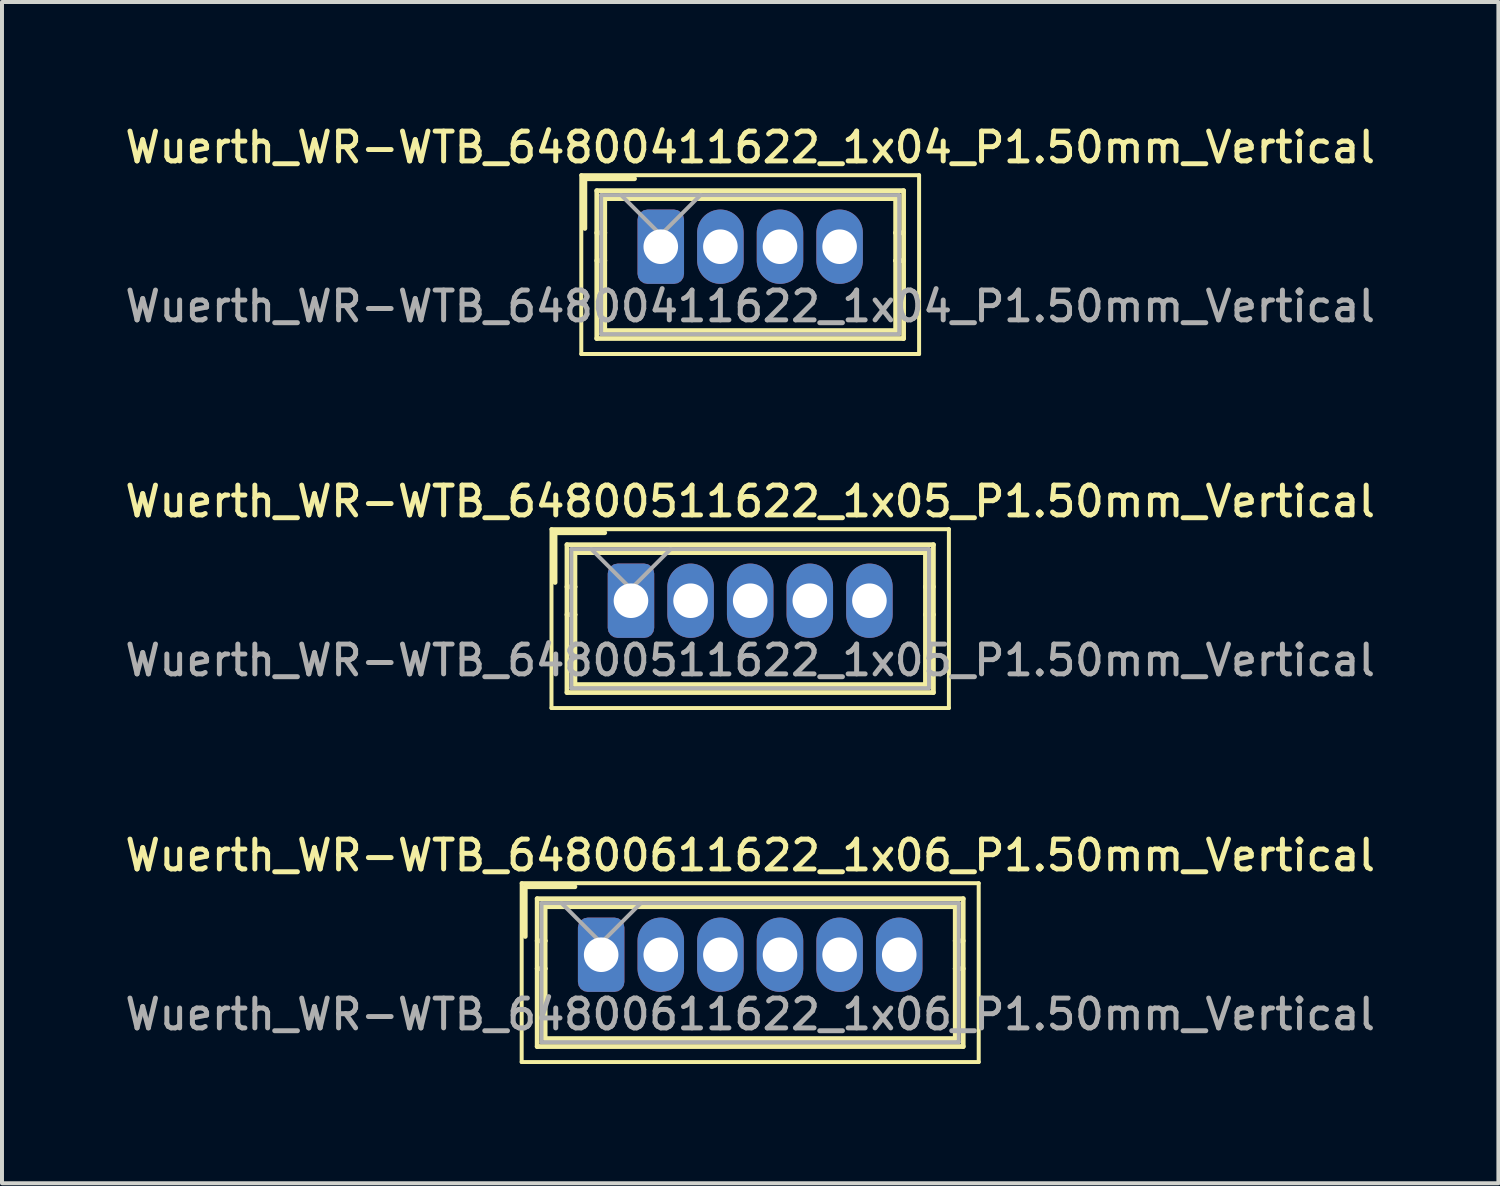
<source format=kicad_pcb>
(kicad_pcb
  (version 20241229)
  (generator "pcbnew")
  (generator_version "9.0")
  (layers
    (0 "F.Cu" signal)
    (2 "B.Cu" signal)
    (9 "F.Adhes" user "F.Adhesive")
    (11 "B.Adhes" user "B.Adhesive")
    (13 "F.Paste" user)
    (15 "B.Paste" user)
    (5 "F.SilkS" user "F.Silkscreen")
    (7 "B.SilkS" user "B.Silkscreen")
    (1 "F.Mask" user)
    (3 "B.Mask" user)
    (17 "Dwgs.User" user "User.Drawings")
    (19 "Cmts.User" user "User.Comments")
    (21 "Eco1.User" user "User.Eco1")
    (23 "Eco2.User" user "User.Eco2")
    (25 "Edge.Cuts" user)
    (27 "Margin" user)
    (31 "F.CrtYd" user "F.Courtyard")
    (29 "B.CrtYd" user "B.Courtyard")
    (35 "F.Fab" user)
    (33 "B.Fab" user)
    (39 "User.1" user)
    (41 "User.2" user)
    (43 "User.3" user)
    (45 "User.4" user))
  (footprint "Wuerth_WR-WTB_64800511622_1x05_P1.50mm_Vertical"
    (layer "F.Cu")
    (at 12.827 12.066)
    (property "Reference" "Wuerth_WR-WTB_64800511622_1x05_P1.50mm_Vertical" (at 3 -2.5 0) (layer "F.SilkS") (effects (font (size 0.75 0.75) (thickness 0.125))))
    (attr through_hole)
    (fp_line (start -2 -1.8) (end -2 2.7) (stroke (width 0.1) (type solid)) (layer "F.SilkS"))
    (fp_line (start -2 2.7) (end 8 2.7) (stroke (width 0.1) (type solid)) (layer "F.SilkS"))
    (fp_line (start -1.91 -1.71) (end -1.91 -0.46) (stroke (width 0.12) (type solid)) (layer "F.SilkS"))
    (fp_line (start -1.61 -1.41) (end -1.61 2.31) (stroke (width 0.12) (type solid)) (layer "F.SilkS"))
    (fp_line (start -1.61 -0.35) (end -1.41 -0.35) (stroke (width 0.12) (type solid)) (layer "F.SilkS"))
    (fp_line (start -1.61 2.31) (end 7.61 2.31) (stroke (width 0.12) (type solid)) (layer "F.SilkS"))
    (fp_line (start -1.41 -1.21) (end 7.41 -1.21) (stroke (width 0.12) (type solid)) (layer "F.SilkS"))
    (fp_line (start -1.41 -0.35) (end -1.41 -1.21) (stroke (width 0.12) (type solid)) (layer "F.SilkS"))
    (fp_line (start -1.41 -0.35) (end -1.41 0.35) (stroke (width 0.12) (type solid)) (layer "F.SilkS"))
    (fp_line (start -1.41 0.35) (end -1.61 0.35) (stroke (width 0.12) (type solid)) (layer "F.SilkS"))
    (fp_line (start -1.41 0.35) (end -1.41 2.11) (stroke (width 0.12) (type solid)) (layer "F.SilkS"))
    (fp_line (start -1.41 2.11) (end 7.41 2.11) (stroke (width 0.12) (type solid)) (layer "F.SilkS"))
    (fp_line (start -0.66 -1.71) (end -1.91 -1.71) (stroke (width 0.12) (type solid)) (layer "F.SilkS"))
    (fp_line (start 7.41 -1.21) (end 7.41 -0.35) (stroke (width 0.12) (type solid)) (layer "F.SilkS"))
    (fp_line (start 7.41 -0.35) (end 7.41 0.35) (stroke (width 0.12) (type solid)) (layer "F.SilkS"))
    (fp_line (start 7.41 -0.35) (end 7.61 -0.35) (stroke (width 0.12) (type solid)) (layer "F.SilkS"))
    (fp_line (start 7.41 0.35) (end 7.61 0.35) (stroke (width 0.12) (type solid)) (layer "F.SilkS"))
    (fp_line (start 7.41 2.11) (end 7.41 0.35) (stroke (width 0.12) (type solid)) (layer "F.SilkS"))
    (fp_line (start 7.61 -1.41) (end -1.61 -1.41) (stroke (width 0.12) (type solid)) (layer "F.SilkS"))
    (fp_line (start 7.61 2.31) (end 7.61 -1.41) (stroke (width 0.12) (type solid)) (layer "F.SilkS"))
    (fp_line (start 8 -1.8) (end -2 -1.8) (stroke (width 0.1) (type solid)) (layer "F.SilkS"))
    (fp_line (start 8 2.7) (end 8 -1.8) (stroke (width 0.1) (type solid)) (layer "F.SilkS"))
    (fp_line (start -1.5 -1.3) (end -1.5 2.2) (stroke (width 0.1) (type solid)) (layer "F.Fab"))
    (fp_line (start -1.5 2.2) (end 7.5 2.2) (stroke (width 0.1) (type solid)) (layer "F.Fab"))
    (fp_line (start -1 -1.3) (end 0 -0.3) (stroke (width 0.1) (type solid)) (layer "F.Fab"))
    (fp_line (start 0 -0.3) (end 1 -1.3) (stroke (width 0.1) (type solid)) (layer "F.Fab"))
    (fp_line (start 7.5 -1.3) (end -1.5 -1.3) (stroke (width 0.1) (type solid)) (layer "F.Fab"))
    (fp_line (start 7.5 2.2) (end 7.5 -1.3) (stroke (width 0.1) (type solid)) (layer "F.Fab"))
    (fp_text user "${REFERENCE}" (at 3 1.5 0) (layer "F.Fab") (effects (font (size 0.75 0.75) (thickness 0.125))))
    (pad "1" thru_hole roundrect (at 0 0) (size 1.17 1.87) (drill 0.87) (layers "*.Cu" "*.Mask") (roundrect_rratio 0.214))
    (pad "2" thru_hole oval (at 1.5 0) (size 1.17 1.87) (drill 0.87) (layers "*.Cu" "*.Mask"))
    (pad "3" thru_hole oval (at 3 0) (size 1.17 1.87) (drill 0.87) (layers "*.Cu" "*.Mask"))
    (pad "4" thru_hole oval (at 4.5 0) (size 1.17 1.87) (drill 0.87) (layers "*.Cu" "*.Mask"))
    (pad "5" thru_hole oval (at 6 0) (size 1.17 1.87) (drill 0.87) (layers "*.Cu" "*.Mask")))
  (footprint "Wuerth_WR-WTB_64800411622_1x04_P1.50mm_Vertical"
    (layer "F.Cu")
    (at 13.577 3.158)
    (property "Reference" "Wuerth_WR-WTB_64800411622_1x04_P1.50mm_Vertical" (at 2.25 -2.5 0) (layer "F.SilkS") (effects (font (size 0.75 0.75) (thickness 0.125))))
    (attr through_hole)
    (fp_line (start -2 -1.8) (end -2 2.7) (stroke (width 0.1) (type solid)) (layer "F.SilkS"))
    (fp_line (start -2 2.7) (end 6.5 2.7) (stroke (width 0.1) (type solid)) (layer "F.SilkS"))
    (fp_line (start -1.91 -1.71) (end -1.91 -0.46) (stroke (width 0.12) (type solid)) (layer "F.SilkS"))
    (fp_line (start -1.61 -1.41) (end -1.61 2.31) (stroke (width 0.12) (type solid)) (layer "F.SilkS"))
    (fp_line (start -1.61 -0.35) (end -1.41 -0.35) (stroke (width 0.12) (type solid)) (layer "F.SilkS"))
    (fp_line (start -1.61 2.31) (end 6.11 2.31) (stroke (width 0.12) (type solid)) (layer "F.SilkS"))
    (fp_line (start -1.41 -1.21) (end 5.91 -1.21) (stroke (width 0.12) (type solid)) (layer "F.SilkS"))
    (fp_line (start -1.41 -0.35) (end -1.41 -1.21) (stroke (width 0.12) (type solid)) (layer "F.SilkS"))
    (fp_line (start -1.41 -0.35) (end -1.41 0.35) (stroke (width 0.12) (type solid)) (layer "F.SilkS"))
    (fp_line (start -1.41 0.35) (end -1.61 0.35) (stroke (width 0.12) (type solid)) (layer "F.SilkS"))
    (fp_line (start -1.41 0.35) (end -1.41 2.11) (stroke (width 0.12) (type solid)) (layer "F.SilkS"))
    (fp_line (start -1.41 2.11) (end 5.91 2.11) (stroke (width 0.12) (type solid)) (layer "F.SilkS"))
    (fp_line (start -0.66 -1.71) (end -1.91 -1.71) (stroke (width 0.12) (type solid)) (layer "F.SilkS"))
    (fp_line (start 5.91 -1.21) (end 5.91 -0.35) (stroke (width 0.12) (type solid)) (layer "F.SilkS"))
    (fp_line (start 5.91 -0.35) (end 5.91 0.35) (stroke (width 0.12) (type solid)) (layer "F.SilkS"))
    (fp_line (start 5.91 -0.35) (end 6.11 -0.35) (stroke (width 0.12) (type solid)) (layer "F.SilkS"))
    (fp_line (start 5.91 0.35) (end 6.11 0.35) (stroke (width 0.12) (type solid)) (layer "F.SilkS"))
    (fp_line (start 5.91 2.11) (end 5.91 0.35) (stroke (width 0.12) (type solid)) (layer "F.SilkS"))
    (fp_line (start 6.11 -1.41) (end -1.61 -1.41) (stroke (width 0.12) (type solid)) (layer "F.SilkS"))
    (fp_line (start 6.11 2.31) (end 6.11 -1.41) (stroke (width 0.12) (type solid)) (layer "F.SilkS"))
    (fp_line (start 6.5 -1.8) (end -2 -1.8) (stroke (width 0.1) (type solid)) (layer "F.SilkS"))
    (fp_line (start 6.5 2.7) (end 6.5 -1.8) (stroke (width 0.1) (type solid)) (layer "F.SilkS"))
    (fp_line (start -1.5 -1.3) (end -1.5 2.2) (stroke (width 0.1) (type solid)) (layer "F.Fab"))
    (fp_line (start -1.5 2.2) (end 6 2.2) (stroke (width 0.1) (type solid)) (layer "F.Fab"))
    (fp_line (start -1 -1.3) (end 0 -0.3) (stroke (width 0.1) (type solid)) (layer "F.Fab"))
    (fp_line (start 0 -0.3) (end 1 -1.3) (stroke (width 0.1) (type solid)) (layer "F.Fab"))
    (fp_line (start 6 -1.3) (end -1.5 -1.3) (stroke (width 0.1) (type solid)) (layer "F.Fab"))
    (fp_line (start 6 2.2) (end 6 -1.3) (stroke (width 0.1) (type solid)) (layer "F.Fab"))
    (fp_text user "${REFERENCE}" (at 2.25 1.5 0) (layer "F.Fab") (effects (font (size 0.75 0.75) (thickness 0.125))))
    (pad "1" thru_hole roundrect (at 0 0) (size 1.17 1.87) (drill 0.87) (layers "*.Cu" "*.Mask") (roundrect_rratio 0.214))
    (pad "2" thru_hole oval (at 1.5 0) (size 1.17 1.87) (drill 0.87) (layers "*.Cu" "*.Mask"))
    (pad "3" thru_hole oval (at 3 0) (size 1.17 1.87) (drill 0.87) (layers "*.Cu" "*.Mask"))
    (pad "4" thru_hole oval (at 4.5 0) (size 1.17 1.87) (drill 0.87) (layers "*.Cu" "*.Mask")))
  (footprint "Wuerth_WR-WTB_64800611622_1x06_P1.50mm_Vertical"
    (layer "F.Cu")
    (at 12.077 20.974)
    (property "Reference" "Wuerth_WR-WTB_64800611622_1x06_P1.50mm_Vertical" (at 3.75 -2.5 0) (layer "F.SilkS") (effects (font (size 0.75 0.75) (thickness 0.125))))
    (attr through_hole)
    (fp_line (start -2 -1.8) (end -2 2.7) (stroke (width 0.1) (type solid)) (layer "F.SilkS"))
    (fp_line (start -2 2.7) (end 9.5 2.7) (stroke (width 0.1) (type solid)) (layer "F.SilkS"))
    (fp_line (start -1.91 -1.71) (end -1.91 -0.46) (stroke (width 0.12) (type solid)) (layer "F.SilkS"))
    (fp_line (start -1.61 -1.41) (end -1.61 2.31) (stroke (width 0.12) (type solid)) (layer "F.SilkS"))
    (fp_line (start -1.61 -0.35) (end -1.41 -0.35) (stroke (width 0.12) (type solid)) (layer "F.SilkS"))
    (fp_line (start -1.61 2.31) (end 9.11 2.31) (stroke (width 0.12) (type solid)) (layer "F.SilkS"))
    (fp_line (start -1.41 -1.21) (end 8.91 -1.21) (stroke (width 0.12) (type solid)) (layer "F.SilkS"))
    (fp_line (start -1.41 -0.35) (end -1.41 -1.21) (stroke (width 0.12) (type solid)) (layer "F.SilkS"))
    (fp_line (start -1.41 -0.35) (end -1.41 0.35) (stroke (width 0.12) (type solid)) (layer "F.SilkS"))
    (fp_line (start -1.41 0.35) (end -1.61 0.35) (stroke (width 0.12) (type solid)) (layer "F.SilkS"))
    (fp_line (start -1.41 0.35) (end -1.41 2.11) (stroke (width 0.12) (type solid)) (layer "F.SilkS"))
    (fp_line (start -1.41 2.11) (end 8.91 2.11) (stroke (width 0.12) (type solid)) (layer "F.SilkS"))
    (fp_line (start -0.66 -1.71) (end -1.91 -1.71) (stroke (width 0.12) (type solid)) (layer "F.SilkS"))
    (fp_line (start 8.91 -1.21) (end 8.91 -0.35) (stroke (width 0.12) (type solid)) (layer "F.SilkS"))
    (fp_line (start 8.91 -0.35) (end 8.91 0.35) (stroke (width 0.12) (type solid)) (layer "F.SilkS"))
    (fp_line (start 8.91 -0.35) (end 9.11 -0.35) (stroke (width 0.12) (type solid)) (layer "F.SilkS"))
    (fp_line (start 8.91 0.35) (end 9.11 0.35) (stroke (width 0.12) (type solid)) (layer "F.SilkS"))
    (fp_line (start 8.91 2.11) (end 8.91 0.35) (stroke (width 0.12) (type solid)) (layer "F.SilkS"))
    (fp_line (start 9.11 -1.41) (end -1.61 -1.41) (stroke (width 0.12) (type solid)) (layer "F.SilkS"))
    (fp_line (start 9.11 2.31) (end 9.11 -1.41) (stroke (width 0.12) (type solid)) (layer "F.SilkS"))
    (fp_line (start 9.5 -1.8) (end -2 -1.8) (stroke (width 0.1) (type solid)) (layer "F.SilkS"))
    (fp_line (start 9.5 2.7) (end 9.5 -1.8) (stroke (width 0.1) (type solid)) (layer "F.SilkS"))
    (fp_line (start -1.5 -1.3) (end -1.5 2.2) (stroke (width 0.1) (type solid)) (layer "F.Fab"))
    (fp_line (start -1.5 2.2) (end 9 2.2) (stroke (width 0.1) (type solid)) (layer "F.Fab"))
    (fp_line (start -1 -1.3) (end 0 -0.3) (stroke (width 0.1) (type solid)) (layer "F.Fab"))
    (fp_line (start 0 -0.3) (end 1 -1.3) (stroke (width 0.1) (type solid)) (layer "F.Fab"))
    (fp_line (start 9 -1.3) (end -1.5 -1.3) (stroke (width 0.1) (type solid)) (layer "F.Fab"))
    (fp_line (start 9 2.2) (end 9 -1.3) (stroke (width 0.1) (type solid)) (layer "F.Fab"))
    (fp_text user "${REFERENCE}" (at 3.75 1.5 0) (layer "F.Fab") (effects (font (size 0.75 0.75) (thickness 0.125))))
    (pad "1" thru_hole roundrect (at 0 0) (size 1.17 1.87) (drill 0.87) (layers "*.Cu" "*.Mask") (roundrect_rratio 0.214))
    (pad "2" thru_hole oval (at 1.5 0) (size 1.17 1.87) (drill 0.87) (layers "*.Cu" "*.Mask"))
    (pad "3" thru_hole oval (at 3 0) (size 1.17 1.87) (drill 0.87) (layers "*.Cu" "*.Mask"))
    (pad "4" thru_hole oval (at 4.5 0) (size 1.17 1.87) (drill 0.87) (layers "*.Cu" "*.Mask"))
    (pad "5" thru_hole oval (at 6 0) (size 1.17 1.87) (drill 0.87) (layers "*.Cu" "*.Mask"))
    (pad "6" thru_hole oval (at 7.5 0) (size 1.17 1.87) (drill 0.87) (layers "*.Cu" "*.Mask")))
  (gr_rect
    (start -3 -3)
    (end 34.654 26.724)
    (stroke (width 0.1) (type default))
    (fill no)
    (layer "Edge.Cuts")))
</source>
